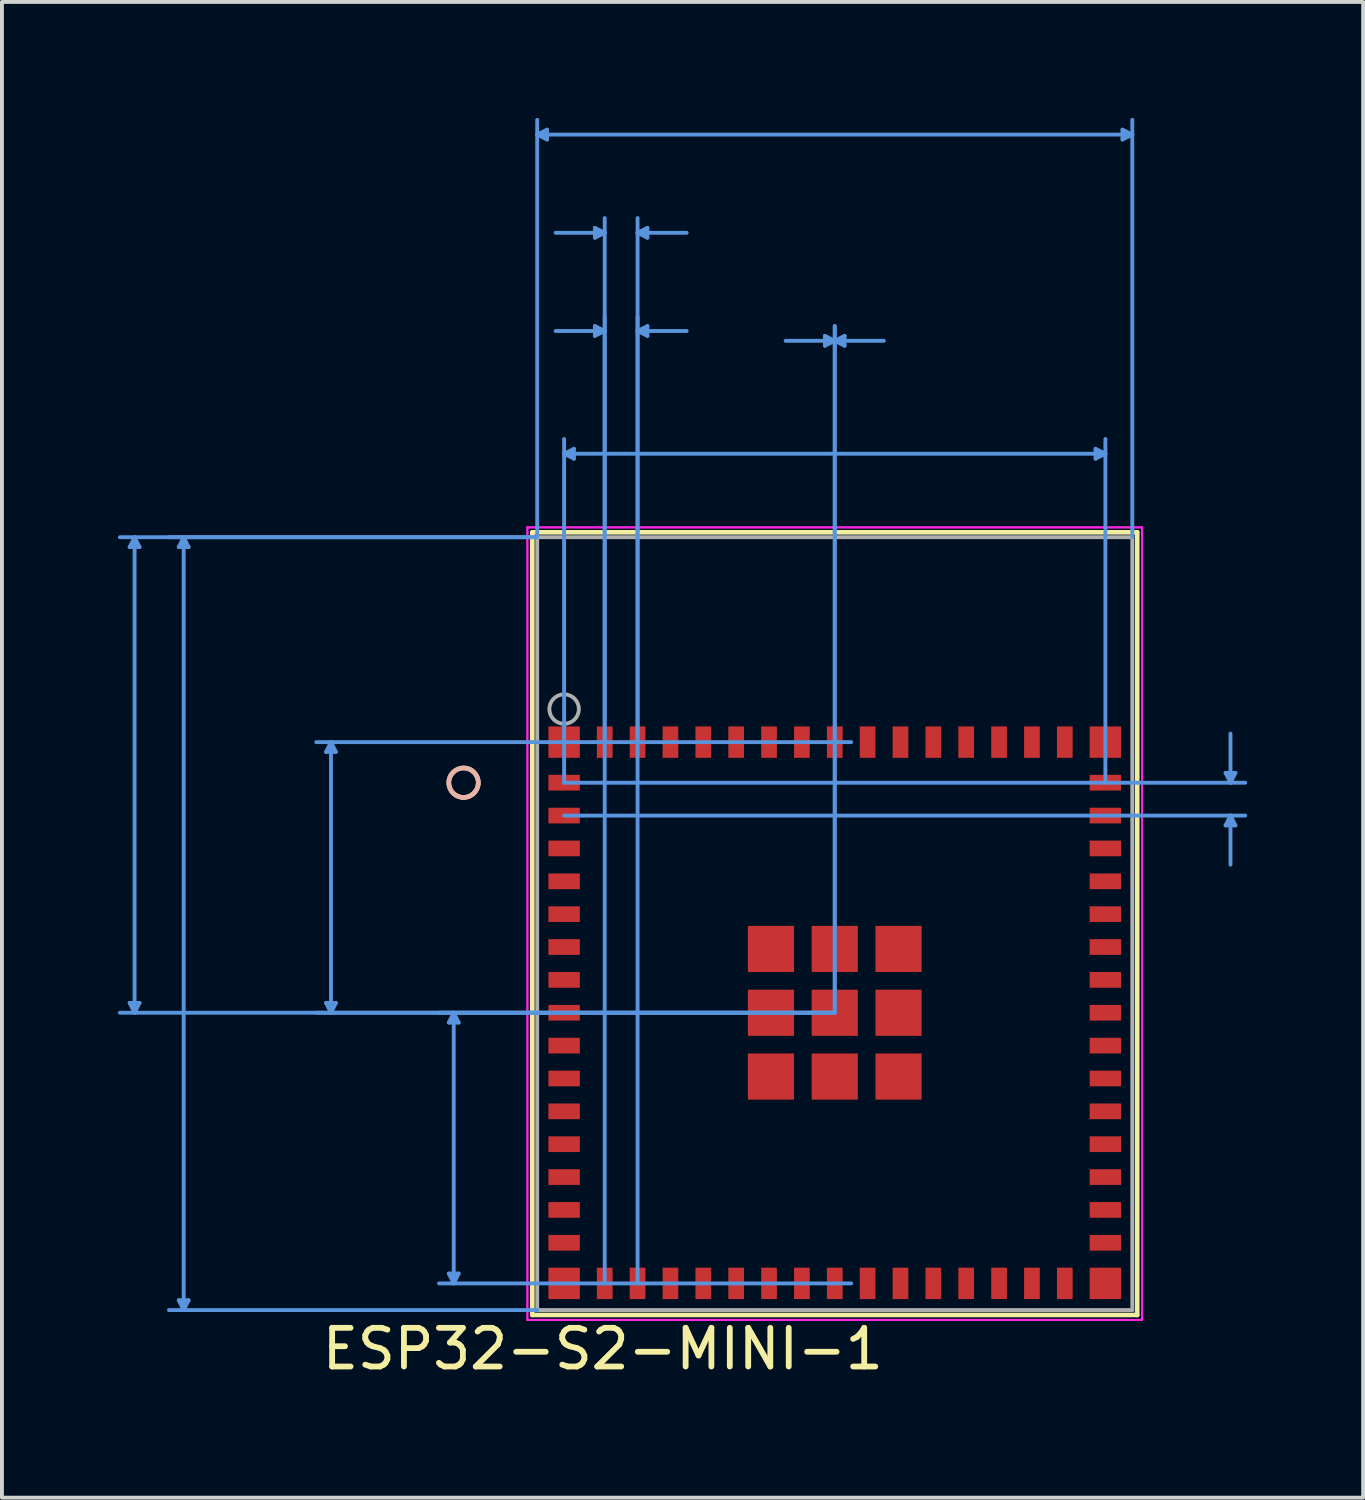
<source format=kicad_pcb>
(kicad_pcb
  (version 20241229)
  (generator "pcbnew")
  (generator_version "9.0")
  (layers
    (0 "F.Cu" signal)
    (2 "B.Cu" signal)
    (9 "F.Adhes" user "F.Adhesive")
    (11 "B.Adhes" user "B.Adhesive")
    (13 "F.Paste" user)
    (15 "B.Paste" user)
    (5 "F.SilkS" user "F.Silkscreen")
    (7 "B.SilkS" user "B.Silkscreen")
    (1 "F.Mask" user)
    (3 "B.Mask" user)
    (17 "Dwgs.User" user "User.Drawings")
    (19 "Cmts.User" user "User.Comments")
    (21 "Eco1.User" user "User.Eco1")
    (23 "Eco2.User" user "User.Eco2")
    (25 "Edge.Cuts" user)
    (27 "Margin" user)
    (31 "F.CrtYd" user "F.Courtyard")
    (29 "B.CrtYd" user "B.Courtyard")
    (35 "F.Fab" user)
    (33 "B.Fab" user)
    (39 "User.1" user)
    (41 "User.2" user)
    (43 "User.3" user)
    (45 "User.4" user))
  (footprint "ESP32-S2-MINI-1"
    (layer "F.Cu")
    (at 18.541 20.84)
    (property "Reference" "ESP32-S2-MINI-1" (at -6 11 0) (layer "F.SilkS") (effects (font (size 1 1) (thickness 0.15))))
    (attr through_hole)
    (fp_line (start -7.823 -10.122) (end -7.823 10.122) (stroke (width 0.12) (type solid)) (layer "F.SilkS"))
    (fp_line (start -7.823 10.122) (end 7.823 10.122) (stroke (width 0.12) (type solid)) (layer "F.SilkS"))
    (fp_line (start 7.823 -10.122) (end -7.823 -10.122) (stroke (width 0.12) (type solid)) (layer "F.SilkS"))
    (fp_line (start 7.823 10.122) (end 7.823 -10.122) (stroke (width 0.12) (type solid)) (layer "F.SilkS"))
    (fp_circle (center -9.601 -3.645) (end -9.22 -3.645) (stroke (width 0.12) (type solid)) (fill no) (layer "F.SilkS"))
    (fp_circle (center -9.601 -3.645) (end -9.22 -3.645) (stroke (width 0.12) (type solid)) (fill no) (layer "B.SilkS"))
    (fp_line (start -18.237 -9.741) (end -17.983 -9.741) (stroke (width 0.1) (type solid)) (layer "Cmts.User"))
    (fp_line (start -18.237 2.051) (end -17.983 2.051) (stroke (width 0.1) (type solid)) (layer "Cmts.User"))
    (fp_line (start -18.11 -9.995) (end -18.237 -9.741) (stroke (width 0.1) (type solid)) (layer "Cmts.User"))
    (fp_line (start -18.11 -9.995) (end -18.11 2.305) (stroke (width 0.1) (type solid)) (layer "Cmts.User"))
    (fp_line (start -18.11 -9.995) (end -17.983 -9.741) (stroke (width 0.1) (type solid)) (layer "Cmts.User"))
    (fp_line (start -18.11 2.305) (end -18.237 2.051) (stroke (width 0.1) (type solid)) (layer "Cmts.User"))
    (fp_line (start -18.11 2.305) (end -17.983 2.051) (stroke (width 0.1) (type solid)) (layer "Cmts.User"))
    (fp_line (start -16.967 -9.741) (end -16.713 -9.741) (stroke (width 0.1) (type solid)) (layer "Cmts.User"))
    (fp_line (start -16.967 9.741) (end -16.713 9.741) (stroke (width 0.1) (type solid)) (layer "Cmts.User"))
    (fp_line (start -16.84 -9.995) (end -16.967 -9.741) (stroke (width 0.1) (type solid)) (layer "Cmts.User"))
    (fp_line (start -16.84 -9.995) (end -16.84 9.995) (stroke (width 0.1) (type solid)) (layer "Cmts.User"))
    (fp_line (start -16.84 -9.995) (end -16.713 -9.741) (stroke (width 0.1) (type solid)) (layer "Cmts.User"))
    (fp_line (start -16.84 9.995) (end -16.967 9.741) (stroke (width 0.1) (type solid)) (layer "Cmts.User"))
    (fp_line (start -16.84 9.995) (end -16.713 9.741) (stroke (width 0.1) (type solid)) (layer "Cmts.User"))
    (fp_line (start -13.157 -4.441) (end -12.903 -4.441) (stroke (width 0.1) (type solid)) (layer "Cmts.User"))
    (fp_line (start -13.157 2.051) (end -12.903 2.051) (stroke (width 0.1) (type solid)) (layer "Cmts.User"))
    (fp_line (start -13.03 -4.695) (end -13.157 -4.441) (stroke (width 0.1) (type solid)) (layer "Cmts.User"))
    (fp_line (start -13.03 -4.695) (end -13.03 2.305) (stroke (width 0.1) (type solid)) (layer "Cmts.User"))
    (fp_line (start -13.03 -4.695) (end -12.903 -4.441) (stroke (width 0.1) (type solid)) (layer "Cmts.User"))
    (fp_line (start -13.03 2.305) (end -13.157 2.051) (stroke (width 0.1) (type solid)) (layer "Cmts.User"))
    (fp_line (start -13.03 2.305) (end -12.903 2.051) (stroke (width 0.1) (type solid)) (layer "Cmts.User"))
    (fp_line (start -9.982 2.559) (end -9.728 2.559) (stroke (width 0.1) (type solid)) (layer "Cmts.User"))
    (fp_line (start -9.982 9.051) (end -9.728 9.051) (stroke (width 0.1) (type solid)) (layer "Cmts.User"))
    (fp_line (start -9.855 2.305) (end -9.982 2.559) (stroke (width 0.1) (type solid)) (layer "Cmts.User"))
    (fp_line (start -9.855 2.305) (end -9.855 9.305) (stroke (width 0.1) (type solid)) (layer "Cmts.User"))
    (fp_line (start -9.855 2.305) (end -9.728 2.559) (stroke (width 0.1) (type solid)) (layer "Cmts.User"))
    (fp_line (start -9.855 9.305) (end -9.982 9.051) (stroke (width 0.1) (type solid)) (layer "Cmts.User"))
    (fp_line (start -9.855 9.305) (end -9.728 9.051) (stroke (width 0.1) (type solid)) (layer "Cmts.User"))
    (fp_line (start -7.696 -20.409) (end -7.442 -20.536) (stroke (width 0.1) (type solid)) (layer "Cmts.User"))
    (fp_line (start -7.696 -20.409) (end -7.442 -20.282) (stroke (width 0.1) (type solid)) (layer "Cmts.User"))
    (fp_line (start -7.696 -20.409) (end 7.696 -20.409) (stroke (width 0.1) (type solid)) (layer "Cmts.User"))
    (fp_line (start -7.696 -9.995) (end -18.491 -9.995) (stroke (width 0.1) (type solid)) (layer "Cmts.User"))
    (fp_line (start -7.696 -9.995) (end -17.221 -9.995) (stroke (width 0.1) (type solid)) (layer "Cmts.User"))
    (fp_line (start -7.696 -9.995) (end -7.696 -20.79) (stroke (width 0.1) (type solid)) (layer "Cmts.User"))
    (fp_line (start -7.696 9.995) (end -17.221 9.995) (stroke (width 0.1) (type solid)) (layer "Cmts.User"))
    (fp_line (start -7.442 -20.536) (end -7.442 -20.282) (stroke (width 0.1) (type solid)) (layer "Cmts.User"))
    (fp_line (start -7 -12.154) (end -6.746 -12.281) (stroke (width 0.1) (type solid)) (layer "Cmts.User"))
    (fp_line (start -7 -12.154) (end -6.746 -12.027) (stroke (width 0.1) (type solid)) (layer "Cmts.User"))
    (fp_line (start -7 -12.154) (end 7 -12.154) (stroke (width 0.1) (type solid)) (layer "Cmts.User"))
    (fp_line (start -7 -3.645) (end -7 -12.535) (stroke (width 0.1) (type solid)) (layer "Cmts.User"))
    (fp_line (start -7 -3.645) (end 10.617 -3.645) (stroke (width 0.1) (type solid)) (layer "Cmts.User"))
    (fp_line (start -7 -2.795) (end 10.617 -2.795) (stroke (width 0.1) (type solid)) (layer "Cmts.User"))
    (fp_line (start -6.746 -12.281) (end -6.746 -12.027) (stroke (width 0.1) (type solid)) (layer "Cmts.User"))
    (fp_line (start -6.204 -17.996) (end -6.204 -17.742) (stroke (width 0.1) (type solid)) (layer "Cmts.User"))
    (fp_line (start -6.204 -15.456) (end -6.204 -15.202) (stroke (width 0.1) (type solid)) (layer "Cmts.User"))
    (fp_line (start -5.95 -17.869) (end -7.22 -17.869) (stroke (width 0.1) (type solid)) (layer "Cmts.User"))
    (fp_line (start -5.95 -17.869) (end -6.204 -17.996) (stroke (width 0.1) (type solid)) (layer "Cmts.User"))
    (fp_line (start -5.95 -17.869) (end -6.204 -17.742) (stroke (width 0.1) (type solid)) (layer "Cmts.User"))
    (fp_line (start -5.95 -15.329) (end -7.22 -15.329) (stroke (width 0.1) (type solid)) (layer "Cmts.User"))
    (fp_line (start -5.95 -15.329) (end -6.204 -15.456) (stroke (width 0.1) (type solid)) (layer "Cmts.User"))
    (fp_line (start -5.95 -15.329) (end -6.204 -15.202) (stroke (width 0.1) (type solid)) (layer "Cmts.User"))
    (fp_line (start -5.95 -4.695) (end -5.95 -15.71) (stroke (width 0.1) (type solid)) (layer "Cmts.User"))
    (fp_line (start -5.95 9.305) (end -5.95 -18.25) (stroke (width 0.1) (type solid)) (layer "Cmts.User"))
    (fp_line (start -5.1 -17.869) (end -4.846 -17.996) (stroke (width 0.1) (type solid)) (layer "Cmts.User"))
    (fp_line (start -5.1 -17.869) (end -4.846 -17.742) (stroke (width 0.1) (type solid)) (layer "Cmts.User"))
    (fp_line (start -5.1 -17.869) (end -3.83 -17.869) (stroke (width 0.1) (type solid)) (layer "Cmts.User"))
    (fp_line (start -5.1 -15.329) (end -4.846 -15.456) (stroke (width 0.1) (type solid)) (layer "Cmts.User"))
    (fp_line (start -5.1 -15.329) (end -4.846 -15.202) (stroke (width 0.1) (type solid)) (layer "Cmts.User"))
    (fp_line (start -5.1 -15.329) (end -3.83 -15.329) (stroke (width 0.1) (type solid)) (layer "Cmts.User"))
    (fp_line (start -5.1 -4.695) (end -5.1 -15.71) (stroke (width 0.1) (type solid)) (layer "Cmts.User"))
    (fp_line (start -5.1 9.305) (end -5.1 -18.25) (stroke (width 0.1) (type solid)) (layer "Cmts.User"))
    (fp_line (start -4.846 -17.996) (end -4.846 -17.742) (stroke (width 0.1) (type solid)) (layer "Cmts.User"))
    (fp_line (start -4.846 -15.456) (end -4.846 -15.202) (stroke (width 0.1) (type solid)) (layer "Cmts.User"))
    (fp_line (start -0.254 -15.202) (end -0.254 -14.948) (stroke (width 0.1) (type solid)) (layer "Cmts.User"))
    (fp_line (start 0 -15.075) (end -1.27 -15.075) (stroke (width 0.1) (type solid)) (layer "Cmts.User"))
    (fp_line (start 0 -15.075) (end -0.254 -15.202) (stroke (width 0.1) (type solid)) (layer "Cmts.User"))
    (fp_line (start 0 -15.075) (end -0.254 -14.948) (stroke (width 0.1) (type solid)) (layer "Cmts.User"))
    (fp_line (start 0 -15.075) (end 0.254 -15.202) (stroke (width 0.1) (type solid)) (layer "Cmts.User"))
    (fp_line (start 0 -15.075) (end 0.254 -14.948) (stroke (width 0.1) (type solid)) (layer "Cmts.User"))
    (fp_line (start 0 -15.075) (end 1.27 -15.075) (stroke (width 0.1) (type solid)) (layer "Cmts.User"))
    (fp_line (start 0 2.305) (end -18.491 2.305) (stroke (width 0.1) (type solid)) (layer "Cmts.User"))
    (fp_line (start 0 2.305) (end -13.411 2.305) (stroke (width 0.1) (type solid)) (layer "Cmts.User"))
    (fp_line (start 0 2.305) (end -10.236 2.305) (stroke (width 0.1) (type solid)) (layer "Cmts.User"))
    (fp_line (start 0 2.305) (end 0 -15.456) (stroke (width 0.1) (type solid)) (layer "Cmts.User"))
    (fp_line (start 0 2.305) (end 0 -15.456) (stroke (width 0.1) (type solid)) (layer "Cmts.User"))
    (fp_line (start 0.254 -15.202) (end 0.254 -14.948) (stroke (width 0.1) (type solid)) (layer "Cmts.User"))
    (fp_line (start 0.425 -4.695) (end -13.411 -4.695) (stroke (width 0.1) (type solid)) (layer "Cmts.User"))
    (fp_line (start 0.425 9.305) (end -10.236 9.305) (stroke (width 0.1) (type solid)) (layer "Cmts.User"))
    (fp_line (start 6.746 -12.281) (end 6.746 -12.027) (stroke (width 0.1) (type solid)) (layer "Cmts.User"))
    (fp_line (start 7 -12.154) (end 6.746 -12.281) (stroke (width 0.1) (type solid)) (layer "Cmts.User"))
    (fp_line (start 7 -12.154) (end 6.746 -12.027) (stroke (width 0.1) (type solid)) (layer "Cmts.User"))
    (fp_line (start 7 -3.645) (end 7 -12.535) (stroke (width 0.1) (type solid)) (layer "Cmts.User"))
    (fp_line (start 7.442 -20.536) (end 7.442 -20.282) (stroke (width 0.1) (type solid)) (layer "Cmts.User"))
    (fp_line (start 7.696 -20.409) (end 7.442 -20.536) (stroke (width 0.1) (type solid)) (layer "Cmts.User"))
    (fp_line (start 7.696 -20.409) (end 7.442 -20.282) (stroke (width 0.1) (type solid)) (layer "Cmts.User"))
    (fp_line (start 7.696 -9.995) (end 7.696 -20.79) (stroke (width 0.1) (type solid)) (layer "Cmts.User"))
    (fp_line (start 10.109 -3.899) (end 10.363 -3.899) (stroke (width 0.1) (type solid)) (layer "Cmts.User"))
    (fp_line (start 10.109 -2.541) (end 10.363 -2.541) (stroke (width 0.1) (type solid)) (layer "Cmts.User"))
    (fp_line (start 10.236 -3.645) (end 10.109 -3.899) (stroke (width 0.1) (type solid)) (layer "Cmts.User"))
    (fp_line (start 10.236 -3.645) (end 10.236 -4.915) (stroke (width 0.1) (type solid)) (layer "Cmts.User"))
    (fp_line (start 10.236 -3.645) (end 10.363 -3.899) (stroke (width 0.1) (type solid)) (layer "Cmts.User"))
    (fp_line (start 10.236 -2.795) (end 10.109 -2.541) (stroke (width 0.1) (type solid)) (layer "Cmts.User"))
    (fp_line (start 10.236 -2.795) (end 10.236 -1.525) (stroke (width 0.1) (type solid)) (layer "Cmts.User"))
    (fp_line (start 10.236 -2.795) (end 10.363 -2.541) (stroke (width 0.1) (type solid)) (layer "Cmts.User"))
    (fp_line (start -7.95 -10.249) (end -7.95 10.249) (stroke (width 0.05) (type solid)) (layer "F.CrtYd"))
    (fp_line (start -7.95 -10.249) (end -7.95 10.249) (stroke (width 0.05) (type solid)) (layer "F.CrtYd"))
    (fp_line (start -7.95 10.249) (end 7.95 10.249) (stroke (width 0.05) (type solid)) (layer "F.CrtYd"))
    (fp_line (start -7.95 10.249) (end 7.95 10.249) (stroke (width 0.05) (type solid)) (layer "F.CrtYd"))
    (fp_line (start 7.95 -10.249) (end -7.95 -10.249) (stroke (width 0.05) (type solid)) (layer "F.CrtYd"))
    (fp_line (start 7.95 -10.249) (end -7.95 -10.249) (stroke (width 0.05) (type solid)) (layer "F.CrtYd"))
    (fp_line (start 7.95 10.249) (end 7.95 -10.249) (stroke (width 0.05) (type solid)) (layer "F.CrtYd"))
    (fp_line (start 7.95 10.249) (end 7.95 -10.249) (stroke (width 0.05) (type solid)) (layer "F.CrtYd"))
    (fp_line (start -7.696 -9.995) (end -7.696 9.995) (stroke (width 0.1) (type solid)) (layer "F.Fab"))
    (fp_line (start -7.696 9.995) (end 7.696 9.995) (stroke (width 0.1) (type solid)) (layer "F.Fab"))
    (fp_line (start 7.696 -9.995) (end -7.696 -9.995) (stroke (width 0.1) (type solid)) (layer "F.Fab"))
    (fp_line (start 7.696 9.995) (end 7.696 -9.995) (stroke (width 0.1) (type solid)) (layer "F.Fab"))
    (fp_circle (center -7 -5.55) (end -6.619 -5.55) (stroke (width 0.1) (type solid)) (fill no) (layer "F.Fab"))
    (pad "1" smd rect (at -7 -3.645) (size 0.813 0.406) (layers "F.Cu" "F.Mask" "F.Paste"))
    (pad "2" smd rect (at -7 -2.795) (size 0.813 0.406) (layers "F.Cu" "F.Mask" "F.Paste"))
    (pad "3" smd rect (at -7 -1.945) (size 0.813 0.406) (layers "F.Cu" "F.Mask" "F.Paste"))
    (pad "4" smd rect (at -7 -1.095) (size 0.813 0.406) (layers "F.Cu" "F.Mask" "F.Paste"))
    (pad "5" smd rect (at -7 -0.245) (size 0.813 0.406) (layers "F.Cu" "F.Mask" "F.Paste"))
    (pad "6" smd rect (at -7 0.605) (size 0.813 0.406) (layers "F.Cu" "F.Mask" "F.Paste"))
    (pad "7" smd rect (at -7 1.455) (size 0.813 0.406) (layers "F.Cu" "F.Mask" "F.Paste"))
    (pad "8" smd rect (at -7 2.305) (size 0.813 0.406) (layers "F.Cu" "F.Mask" "F.Paste"))
    (pad "9" smd rect (at -7 3.155) (size 0.813 0.406) (layers "F.Cu" "F.Mask" "F.Paste"))
    (pad "10" smd rect (at -7 4.005) (size 0.813 0.406) (layers "F.Cu" "F.Mask" "F.Paste"))
    (pad "11" smd rect (at -7 4.855) (size 0.813 0.406) (layers "F.Cu" "F.Mask" "F.Paste"))
    (pad "12" smd rect (at -7 5.705) (size 0.813 0.406) (layers "F.Cu" "F.Mask" "F.Paste"))
    (pad "13" smd rect (at -7 6.555) (size 0.813 0.406) (layers "F.Cu" "F.Mask" "F.Paste"))
    (pad "14" smd rect (at -7 7.405) (size 0.813 0.406) (layers "F.Cu" "F.Mask" "F.Paste"))
    (pad "15" smd rect (at -7 8.255) (size 0.813 0.406) (layers "F.Cu" "F.Mask" "F.Paste"))
    (pad "16" smd rect (at -5.95 9.305 90) (size 0.813 0.406) (layers "F.Cu" "F.Mask" "F.Paste"))
    (pad "17" smd rect (at -5.1 9.305 90) (size 0.813 0.406) (layers "F.Cu" "F.Mask" "F.Paste"))
    (pad "18" smd rect (at -4.25 9.305 90) (size 0.813 0.406) (layers "F.Cu" "F.Mask" "F.Paste"))
    (pad "19" smd rect (at -3.4 9.305 90) (size 0.813 0.406) (layers "F.Cu" "F.Mask" "F.Paste"))
    (pad "20" smd rect (at -2.55 9.305 90) (size 0.813 0.406) (layers "F.Cu" "F.Mask" "F.Paste"))
    (pad "21" smd rect (at -1.7 9.305 90) (size 0.813 0.406) (layers "F.Cu" "F.Mask" "F.Paste"))
    (pad "22" smd rect (at -0.85 9.305 90) (size 0.813 0.406) (layers "F.Cu" "F.Mask" "F.Paste"))
    (pad "23" smd rect (at 0 9.305 90) (size 0.813 0.406) (layers "F.Cu" "F.Mask" "F.Paste"))
    (pad "24" smd rect (at 0.85 9.305 90) (size 0.813 0.406) (layers "F.Cu" "F.Mask" "F.Paste"))
    (pad "25" smd rect (at 1.7 9.305 90) (size 0.813 0.406) (layers "F.Cu" "F.Mask" "F.Paste"))
    (pad "26" smd rect (at 2.55 9.305 90) (size 0.813 0.406) (layers "F.Cu" "F.Mask" "F.Paste"))
    (pad "27" smd rect (at 3.4 9.305 90) (size 0.813 0.406) (layers "F.Cu" "F.Mask" "F.Paste"))
    (pad "28" smd rect (at 4.25 9.305 90) (size 0.813 0.406) (layers "F.Cu" "F.Mask" "F.Paste"))
    (pad "29" smd rect (at 5.1 9.305 90) (size 0.813 0.406) (layers "F.Cu" "F.Mask" "F.Paste"))
    (pad "30" smd rect (at 5.95 9.305 90) (size 0.813 0.406) (layers "F.Cu" "F.Mask" "F.Paste"))
    (pad "31" smd rect (at 7 8.255) (size 0.813 0.406) (layers "F.Cu" "F.Mask" "F.Paste"))
    (pad "32" smd rect (at 7 7.405) (size 0.813 0.406) (layers "F.Cu" "F.Mask" "F.Paste"))
    (pad "33" smd rect (at 7 6.555) (size 0.813 0.406) (layers "F.Cu" "F.Mask" "F.Paste"))
    (pad "34" smd rect (at 7 5.705) (size 0.813 0.406) (layers "F.Cu" "F.Mask" "F.Paste"))
    (pad "35" smd rect (at 7 4.855) (size 0.813 0.406) (layers "F.Cu" "F.Mask" "F.Paste"))
    (pad "36" smd rect (at 7 4.005) (size 0.813 0.406) (layers "F.Cu" "F.Mask" "F.Paste"))
    (pad "37" smd rect (at 7 3.155) (size 0.813 0.406) (layers "F.Cu" "F.Mask" "F.Paste"))
    (pad "38" smd rect (at 7 2.305) (size 0.813 0.406) (layers "F.Cu" "F.Mask" "F.Paste"))
    (pad "39" smd rect (at 7 1.455) (size 0.813 0.406) (layers "F.Cu" "F.Mask" "F.Paste"))
    (pad "40" smd rect (at 7 0.605) (size 0.813 0.406) (layers "F.Cu" "F.Mask" "F.Paste"))
    (pad "41" smd rect (at 7 -0.245) (size 0.813 0.406) (layers "F.Cu" "F.Mask" "F.Paste"))
    (pad "42" smd rect (at 7 -1.095) (size 0.813 0.406) (layers "F.Cu" "F.Mask" "F.Paste"))
    (pad "43" smd rect (at 7 -1.945) (size 0.813 0.406) (layers "F.Cu" "F.Mask" "F.Paste"))
    (pad "44" smd rect (at 7 -2.795) (size 0.813 0.406) (layers "F.Cu" "F.Mask" "F.Paste"))
    (pad "45" smd rect (at 7 -3.645) (size 0.813 0.406) (layers "F.Cu" "F.Mask" "F.Paste"))
    (pad "46" smd rect (at 5.95 -4.695 90) (size 0.813 0.406) (layers "F.Cu" "F.Mask" "F.Paste"))
    (pad "47" smd rect (at 5.1 -4.695 90) (size 0.813 0.406) (layers "F.Cu" "F.Mask" "F.Paste"))
    (pad "48" smd rect (at 4.25 -4.695 90) (size 0.813 0.406) (layers "F.Cu" "F.Mask" "F.Paste"))
    (pad "49" smd rect (at 3.4 -4.695 90) (size 0.813 0.406) (layers "F.Cu" "F.Mask" "F.Paste"))
    (pad "50" smd rect (at 2.55 -4.695 90) (size 0.813 0.406) (layers "F.Cu" "F.Mask" "F.Paste"))
    (pad "51" smd rect (at 1.7 -4.695 90) (size 0.813 0.406) (layers "F.Cu" "F.Mask" "F.Paste"))
    (pad "52" smd rect (at 0.85 -4.695 90) (size 0.813 0.406) (layers "F.Cu" "F.Mask" "F.Paste"))
    (pad "53" smd rect (at 0 -4.695 90) (size 0.813 0.406) (layers "F.Cu" "F.Mask" "F.Paste"))
    (pad "54" smd rect (at -0.85 -4.695 90) (size 0.813 0.406) (layers "F.Cu" "F.Mask" "F.Paste"))
    (pad "55" smd rect (at -1.7 -4.695 90) (size 0.813 0.406) (layers "F.Cu" "F.Mask" "F.Paste"))
    (pad "56" smd rect (at -2.55 -4.695 90) (size 0.813 0.406) (layers "F.Cu" "F.Mask" "F.Paste"))
    (pad "57" smd rect (at -3.4 -4.695 90) (size 0.813 0.406) (layers "F.Cu" "F.Mask" "F.Paste"))
    (pad "58" smd rect (at -4.25 -4.695 90) (size 0.813 0.406) (layers "F.Cu" "F.Mask" "F.Paste"))
    (pad "59" smd rect (at -5.1 -4.695 90) (size 0.813 0.406) (layers "F.Cu" "F.Mask" "F.Paste"))
    (pad "60" smd rect (at -5.95 -4.695 90) (size 0.813 0.406) (layers "F.Cu" "F.Mask" "F.Paste"))
    (pad "61" smd rect (at 0 2.305) (size 1.194 1.194) (layers "F.Cu" "F.Mask" "F.Paste"))
    (pad "62" smd rect (at -7 -4.695 90) (size 0.813 0.813) (layers "F.Cu" "F.Mask" "F.Paste"))
    (pad "63" smd rect (at -7 9.305 90) (size 0.813 0.813) (layers "F.Cu" "F.Mask" "F.Paste"))
    (pad "64" smd rect (at 7 9.305 90) (size 0.813 0.813) (layers "F.Cu" "F.Mask" "F.Paste"))
    (pad "65" smd rect (at 7 -4.695 90) (size 0.813 0.813) (layers "F.Cu" "F.Mask" "F.Paste"))
    (pad "66" smd rect (at -1.65 0.655) (size 1.194 1.194) (layers "F.Cu" "F.Mask" "F.Paste"))
    (pad "67" smd rect (at 0 0.655) (size 1.194 1.194) (layers "F.Cu" "F.Mask" "F.Paste"))
    (pad "68" smd rect (at 1.65 0.655) (size 1.194 1.194) (layers "F.Cu" "F.Mask" "F.Paste"))
    (pad "69" smd rect (at -1.65 2.305) (size 1.194 1.194) (layers "F.Cu" "F.Mask" "F.Paste"))
    (pad "70" smd rect (at 1.65 2.305) (size 1.194 1.194) (layers "F.Cu" "F.Mask" "F.Paste"))
    (pad "71" smd rect (at -1.65 3.955) (size 1.194 1.194) (layers "F.Cu" "F.Mask" "F.Paste"))
    (pad "72" smd rect (at 0 3.955) (size 1.194 1.194) (layers "F.Cu" "F.Mask" "F.Paste"))
    (pad "73" smd rect (at 1.65 3.955) (size 1.194 1.194) (layers "F.Cu" "F.Mask" "F.Paste")))
  (gr_rect
    (start -3 -3)
    (end 32.208 35.688)
    (stroke (width 0.1) (type default))
    (fill no)
    (layer "Edge.Cuts")))
</source>
